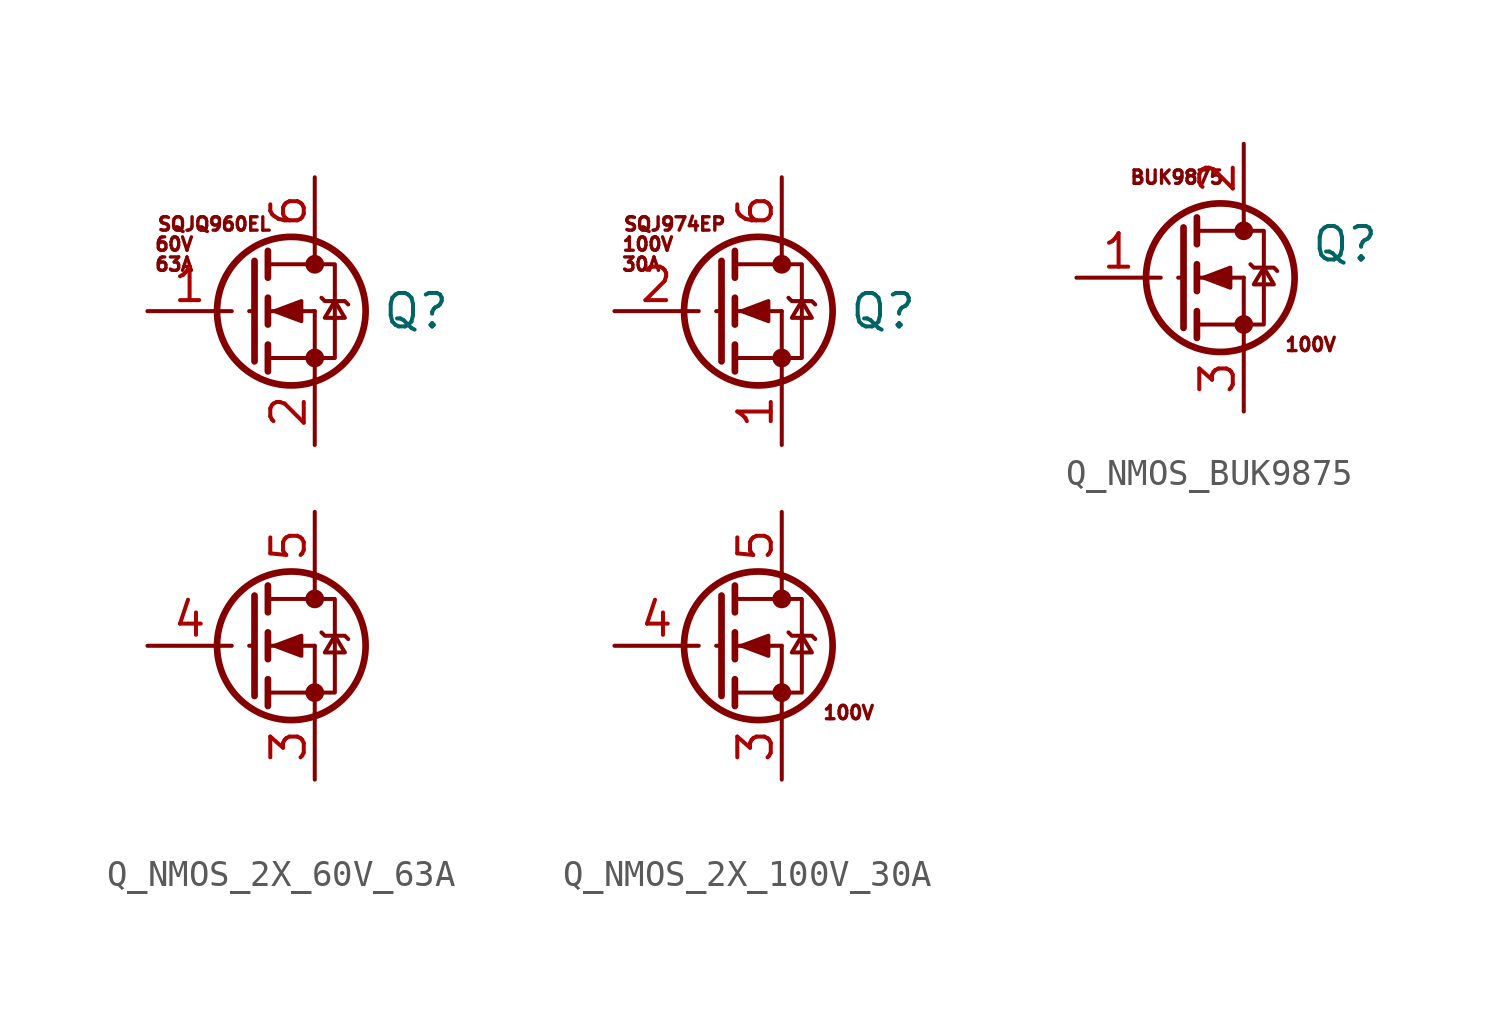
<source format=kicad_sym>
(kicad_symbol_lib
  (version 20211014)
  (generator kicad_symbol_editor)
  (symbol "Q_NMOS_2X_60V_63A"
    (pin_names
      (offset 0) hide)
    (property "Reference" "Q"
      (at 2.54 6.35 0)
      (effects (font (size 1.27 1.27)) (justify left)))
    (symbol "Q_NMOS_2X_60V_63A_0_0"
      (text "60V" (at -5.334 8.89 0) (effects (font (size 0.508 0.508))))
      (text "SQJQ960EL" (at -3.81 9.652 0) (effects (font (size 0.508 0.508)))))
    (symbol "Q_NMOS_2X_60V_63A_0_1"
      (circle (center -0.889 -6.35) (radius 2.819) (stroke (width 0.254) (type default) (color 0 0 0 0)) (fill (type none)))
      (circle (center -0.889 6.35) (radius 2.819) (stroke (width 0.254) (type default) (color 0 0 0 0)) (fill (type none)))
      (circle (center 0 -8.128) (radius 0.279) (stroke (width 0) (type default) (color 0 0 0 0)) (fill (type outline)))
      (circle (center 0 -4.572) (radius 0.279) (stroke (width 0) (type default) (color 0 0 0 0)) (fill (type outline)))
      (polyline (pts (xy -2.489 -6.35) (xy -2.286 -6.35)) (stroke (width 0) (type default) (color 0 0 0 0)) (fill (type none)))
      (polyline (pts (xy -2.489 6.35) (xy -2.286 6.35)) (stroke (width 0) (type default) (color 0 0 0 0)) (fill (type none)))
      (polyline (pts (xy -1.778 -8.128) (xy 0 -8.128)) (stroke (width 0) (type default) (color 0 0 0 0)) (fill (type none)))
      (polyline (pts (xy -1.778 -7.62) (xy -1.778 -8.636)) (stroke (width 0.254) (type default) (color 0 0 0 0)) (fill (type none)))
      (polyline (pts (xy -1.778 -6.35) (xy 0 -6.35)) (stroke (width 0) (type default) (color 0 0 0 0)) (fill (type none)))
      (polyline (pts (xy -1.778 -5.842) (xy -1.778 -6.858)) (stroke (width 0.254) (type default) (color 0 0 0 0)) (fill (type none)))
      (polyline (pts (xy -1.778 -4.572) (xy 0 -4.572)) (stroke (width 0) (type default) (color 0 0 0 0)) (fill (type none)))
      (polyline (pts (xy -1.778 -4.064) (xy -1.778 -5.08)) (stroke (width 0.254) (type default) (color 0 0 0 0)) (fill (type none)))
      (polyline (pts (xy -1.778 4.572) (xy 0 4.572)) (stroke (width 0) (type default) (color 0 0 0 0)) (fill (type none)))
      (polyline (pts (xy -1.778 5.08) (xy -1.778 4.064)) (stroke (width 0.254) (type default) (color 0 0 0 0)) (fill (type none)))
      (polyline (pts (xy -1.778 6.35) (xy 0 6.35)) (stroke (width 0) (type default) (color 0 0 0 0)) (fill (type none)))
      (polyline (pts (xy -1.778 6.858) (xy -1.778 5.842)) (stroke (width 0.254) (type default) (color 0 0 0 0)) (fill (type none)))
      (polyline (pts (xy -1.778 8.128) (xy 0 8.128)) (stroke (width 0) (type default) (color 0 0 0 0)) (fill (type none)))
      (polyline (pts (xy -1.778 8.636) (xy -1.778 7.62)) (stroke (width 0.254) (type default) (color 0 0 0 0)) (fill (type none)))
      (polyline (pts (xy 0 -8.128) (xy 0 -8.89)) (stroke (width 0) (type default) (color 0 0 0 0)) (fill (type none)))
      (polyline (pts (xy 0 -8.128) (xy 0 -6.35)) (stroke (width 0) (type default) (color 0 0 0 0)) (fill (type none)))
      (polyline (pts (xy 0 -3.81) (xy 0 -4.572)) (stroke (width 0) (type default) (color 0 0 0 0)) (fill (type none)))
      (polyline (pts (xy 0 4.572) (xy 0 3.81)) (stroke (width 0) (type default) (color 0 0 0 0)) (fill (type none)))
      (polyline (pts (xy 0 4.572) (xy 0 6.35)) (stroke (width 0) (type default) (color 0 0 0 0)) (fill (type none)))
      (polyline (pts (xy 0 8.89) (xy 0 8.128)) (stroke (width 0) (type default) (color 0 0 0 0)) (fill (type none)))
      (polyline (pts (xy -2.286 -4.445) (xy -2.286 -8.255) (xy -2.286 -8.255)) (stroke (width 0.254) (type default) (color 0 0 0 0)) (fill (type none)))
      (polyline (pts (xy -2.286 8.255) (xy -2.286 4.445) (xy -2.286 4.445)) (stroke (width 0.254) (type default) (color 0 0 0 0)) (fill (type none)))
      (polyline (pts (xy -1.524 -6.35) (xy -0.508 -5.969) (xy -0.508 -6.731) (xy -1.524 -6.35)) (stroke (width 0) (type default) (color 0 0 0 0)) (fill (type outline)))
      (polyline (pts (xy -1.524 6.35) (xy -0.508 6.731) (xy -0.508 5.969) (xy -1.524 6.35)) (stroke (width 0) (type default) (color 0 0 0 0)) (fill (type outline)))
      (polyline (pts (xy 0 -8.128) (xy 0.762 -8.128) (xy 0.762 -4.572) (xy 0 -4.572)) (stroke (width 0) (type default) (color 0 0 0 0)) (fill (type none)))
      (polyline (pts (xy 0 4.572) (xy 0.762 4.572) (xy 0.762 8.128) (xy 0 8.128)) (stroke (width 0) (type default) (color 0 0 0 0)) (fill (type none)))
      (polyline (pts (xy 0.254 -5.842) (xy 0.381 -5.969) (xy 1.143 -5.969) (xy 1.27 -6.096)) (stroke (width 0) (type default) (color 0 0 0 0)) (fill (type none)))
      (polyline (pts (xy 0.254 6.858) (xy 0.381 6.731) (xy 1.143 6.731) (xy 1.27 6.604)) (stroke (width 0) (type default) (color 0 0 0 0)) (fill (type none)))
      (polyline (pts (xy 0.762 -5.969) (xy 0.381 -6.604) (xy 1.143 -6.604) (xy 0.762 -5.969)) (stroke (width 0) (type default) (color 0 0 0 0)) (fill (type none)))
      (polyline (pts (xy 0.762 6.731) (xy 0.381 6.096) (xy 1.143 6.096) (xy 0.762 6.731)) (stroke (width 0) (type default) (color 0 0 0 0)) (fill (type none)))
      (circle (center 0 4.572) (radius 0.279) (stroke (width 0) (type default) (color 0 0 0 0)) (fill (type outline)))
      (circle (center 0 8.128) (radius 0.279) (stroke (width 0) (type default) (color 0 0 0 0)) (fill (type outline))))
    (symbol "Q_NMOS_2X_60V_63A_1_0"
      (text "63A" (at -5.334 8.128 0) (effects (font (size 0.508 0.508)))))
    (symbol "Q_NMOS_2X_60V_63A_1_1"
      (pin input line (at -6.35 6.35 0) (length 3.2) (name "G" (effects (font (size 1.27 1.27)))) (number "1" (effects (font (size 1.27 1.27)))))
      (pin passive line (at 0 1.27 90) (length 2.54) (name "S" (effects (font (size 1.27 1.27)))) (number "2" (effects (font (size 1.27 1.27)))))
      (pin passive line (at 0 -11.43 90) (length 2.54) (name "S" (effects (font (size 1.27 1.27)))) (number "3" (effects (font (size 1.27 1.27)))))
      (pin input line (at -6.35 -6.35 0) (length 3.2) (name "G" (effects (font (size 1.27 1.27)))) (number "4" (effects (font (size 1.27 1.27)))))
      (pin passive line (at 0 -1.27 270) (length 2.54) (name "D" (effects (font (size 1.27 1.27)))) (number "5" (effects (font (size 1.27 1.27)))))
      (pin passive line (at 0 11.43 270) (length 2.54) (name "D" (effects (font (size 1.27 1.27)))) (number "6" (effects (font (size 1.27 1.27)))))))
  (symbol "Q_NMOS_2X_100V_30A"
    (pin_names
      (offset 0) hide)
    (property "Reference" "Q"
      (at 2.54 6.35 0)
      (effects (font (size 1.27 1.27)) (justify left)))
    (symbol "Q_NMOS_2X_100V_30A_0_0"
      (text "100V" (at -5.08 8.89 0) (effects (font (size 0.508 0.508))))
      (text "100V" (at 2.54 -8.89 0) (effects (font (size 0.508 0.508))))
      (text "SQJ974EP" (at -4.064 9.652 0) (effects (font (size 0.508 0.508)))))
    (symbol "Q_NMOS_2X_100V_30A_0_1"
      (circle (center -0.889 -6.35) (radius 2.819) (stroke (width 0.254) (type default) (color 0 0 0 0)) (fill (type none)))
      (circle (center -0.889 6.35) (radius 2.819) (stroke (width 0.254) (type default) (color 0 0 0 0)) (fill (type none)))
      (circle (center 0 -8.128) (radius 0.279) (stroke (width 0) (type default) (color 0 0 0 0)) (fill (type outline)))
      (circle (center 0 -4.572) (radius 0.279) (stroke (width 0) (type default) (color 0 0 0 0)) (fill (type outline)))
      (polyline (pts (xy -2.489 -6.35) (xy -2.286 -6.35)) (stroke (width 0) (type default) (color 0 0 0 0)) (fill (type none)))
      (polyline (pts (xy -2.489 6.35) (xy -2.286 6.35)) (stroke (width 0) (type default) (color 0 0 0 0)) (fill (type none)))
      (polyline (pts (xy -1.778 -8.128) (xy 0 -8.128)) (stroke (width 0) (type default) (color 0 0 0 0)) (fill (type none)))
      (polyline (pts (xy -1.778 -7.62) (xy -1.778 -8.636)) (stroke (width 0.254) (type default) (color 0 0 0 0)) (fill (type none)))
      (polyline (pts (xy -1.778 -6.35) (xy 0 -6.35)) (stroke (width 0) (type default) (color 0 0 0 0)) (fill (type none)))
      (polyline (pts (xy -1.778 -5.842) (xy -1.778 -6.858)) (stroke (width 0.254) (type default) (color 0 0 0 0)) (fill (type none)))
      (polyline (pts (xy -1.778 -4.572) (xy 0 -4.572)) (stroke (width 0) (type default) (color 0 0 0 0)) (fill (type none)))
      (polyline (pts (xy -1.778 -4.064) (xy -1.778 -5.08)) (stroke (width 0.254) (type default) (color 0 0 0 0)) (fill (type none)))
      (polyline (pts (xy -1.778 4.572) (xy 0 4.572)) (stroke (width 0) (type default) (color 0 0 0 0)) (fill (type none)))
      (polyline (pts (xy -1.778 5.08) (xy -1.778 4.064)) (stroke (width 0.254) (type default) (color 0 0 0 0)) (fill (type none)))
      (polyline (pts (xy -1.778 6.35) (xy 0 6.35)) (stroke (width 0) (type default) (color 0 0 0 0)) (fill (type none)))
      (polyline (pts (xy -1.778 6.858) (xy -1.778 5.842)) (stroke (width 0.254) (type default) (color 0 0 0 0)) (fill (type none)))
      (polyline (pts (xy -1.778 8.128) (xy 0 8.128)) (stroke (width 0) (type default) (color 0 0 0 0)) (fill (type none)))
      (polyline (pts (xy -1.778 8.636) (xy -1.778 7.62)) (stroke (width 0.254) (type default) (color 0 0 0 0)) (fill (type none)))
      (polyline (pts (xy 0 -8.128) (xy 0 -8.89)) (stroke (width 0) (type default) (color 0 0 0 0)) (fill (type none)))
      (polyline (pts (xy 0 -8.128) (xy 0 -6.35)) (stroke (width 0) (type default) (color 0 0 0 0)) (fill (type none)))
      (polyline (pts (xy 0 -3.81) (xy 0 -4.572)) (stroke (width 0) (type default) (color 0 0 0 0)) (fill (type none)))
      (polyline (pts (xy 0 4.572) (xy 0 3.81)) (stroke (width 0) (type default) (color 0 0 0 0)) (fill (type none)))
      (polyline (pts (xy 0 4.572) (xy 0 6.35)) (stroke (width 0) (type default) (color 0 0 0 0)) (fill (type none)))
      (polyline (pts (xy 0 8.89) (xy 0 8.128)) (stroke (width 0) (type default) (color 0 0 0 0)) (fill (type none)))
      (polyline (pts (xy -2.286 -4.445) (xy -2.286 -8.255) (xy -2.286 -8.255)) (stroke (width 0.254) (type default) (color 0 0 0 0)) (fill (type none)))
      (polyline (pts (xy -2.286 8.255) (xy -2.286 4.445) (xy -2.286 4.445)) (stroke (width 0.254) (type default) (color 0 0 0 0)) (fill (type none)))
      (polyline (pts (xy -1.524 -6.35) (xy -0.508 -5.969) (xy -0.508 -6.731) (xy -1.524 -6.35)) (stroke (width 0) (type default) (color 0 0 0 0)) (fill (type outline)))
      (polyline (pts (xy -1.524 6.35) (xy -0.508 6.731) (xy -0.508 5.969) (xy -1.524 6.35)) (stroke (width 0) (type default) (color 0 0 0 0)) (fill (type outline)))
      (polyline (pts (xy 0 -8.128) (xy 0.762 -8.128) (xy 0.762 -4.572) (xy 0 -4.572)) (stroke (width 0) (type default) (color 0 0 0 0)) (fill (type none)))
      (polyline (pts (xy 0 4.572) (xy 0.762 4.572) (xy 0.762 8.128) (xy 0 8.128)) (stroke (width 0) (type default) (color 0 0 0 0)) (fill (type none)))
      (polyline (pts (xy 0.254 -5.842) (xy 0.381 -5.969) (xy 1.143 -5.969) (xy 1.27 -6.096)) (stroke (width 0) (type default) (color 0 0 0 0)) (fill (type none)))
      (polyline (pts (xy 0.254 6.858) (xy 0.381 6.731) (xy 1.143 6.731) (xy 1.27 6.604)) (stroke (width 0) (type default) (color 0 0 0 0)) (fill (type none)))
      (polyline (pts (xy 0.762 -5.969) (xy 0.381 -6.604) (xy 1.143 -6.604) (xy 0.762 -5.969)) (stroke (width 0) (type default) (color 0 0 0 0)) (fill (type none)))
      (polyline (pts (xy 0.762 6.731) (xy 0.381 6.096) (xy 1.143 6.096) (xy 0.762 6.731)) (stroke (width 0) (type default) (color 0 0 0 0)) (fill (type none)))
      (circle (center 0 4.572) (radius 0.279) (stroke (width 0) (type default) (color 0 0 0 0)) (fill (type outline)))
      (circle (center 0 8.128) (radius 0.279) (stroke (width 0) (type default) (color 0 0 0 0)) (fill (type outline))))
    (symbol "Q_NMOS_2X_100V_30A_1_0"
      (text "30A" (at -5.334 8.128 0) (effects (font (size 0.508 0.508)))))
    (symbol "Q_NMOS_2X_100V_30A_1_1"
      (pin passive line (at 0 1.27 90) (length 2.54) (name "S" (effects (font (size 1.27 1.27)))) (number "1" (effects (font (size 1.27 1.27)))))
      (pin input line (at -6.35 6.35 0) (length 3.2) (name "G" (effects (font (size 1.27 1.27)))) (number "2" (effects (font (size 1.27 1.27)))))
      (pin passive line (at 0 -11.43 90) (length 2.54) (name "S" (effects (font (size 1.27 1.27)))) (number "3" (effects (font (size 1.27 1.27)))))
      (pin input line (at -6.35 -6.35 0) (length 3.2) (name "G" (effects (font (size 1.27 1.27)))) (number "4" (effects (font (size 1.27 1.27)))))
      (pin passive line (at 0 -1.27 270) (length 2.54) (name "D" (effects (font (size 1.27 1.27)))) (number "5" (effects (font (size 1.27 1.27)))))
      (pin passive line (at 0 11.43 270) (length 2.54) (name "D" (effects (font (size 1.27 1.27)))) (number "6" (effects (font (size 1.27 1.27)))))))
  (symbol "Q_NMOS_BUK9875"
    (pin_names
      (offset 0) hide)
    (property "Reference" "Q"
      (at 5.08 1.27 0)
      (effects (font (size 1.27 1.27)) (justify left)))
    (symbol "Q_NMOS_BUK9875_0_0"
      (text "100V" (at 5.08 -2.54 0) (effects (font (size 0.508 0.508))))
      (text "BUK9875" (at 0 3.81 0) (effects (font (size 0.508 0.508)))))
    (symbol "Q_NMOS_BUK9875_0_1"
      (polyline (pts (xy 0.051 0) (xy 0.254 0)) (stroke (width 0) (type default) (color 0 0 0 0)) (fill (type none)))
      (polyline (pts (xy 0.762 -1.778) (xy 2.54 -1.778)) (stroke (width 0) (type default) (color 0 0 0 0)) (fill (type none)))
      (polyline (pts (xy 0.762 -1.27) (xy 0.762 -2.286)) (stroke (width 0.254) (type default) (color 0 0 0 0)) (fill (type none)))
      (polyline (pts (xy 0.762 0) (xy 2.54 0)) (stroke (width 0) (type default) (color 0 0 0 0)) (fill (type none)))
      (polyline (pts (xy 0.762 0.508) (xy 0.762 -0.508)) (stroke (width 0.254) (type default) (color 0 0 0 0)) (fill (type none)))
      (polyline (pts (xy 0.762 1.778) (xy 2.54 1.778)) (stroke (width 0) (type default) (color 0 0 0 0)) (fill (type none)))
      (polyline (pts (xy 0.762 2.286) (xy 0.762 1.27)) (stroke (width 0.254) (type default) (color 0 0 0 0)) (fill (type none)))
      (polyline (pts (xy 2.54 -1.778) (xy 2.54 -2.54)) (stroke (width 0) (type default) (color 0 0 0 0)) (fill (type none)))
      (polyline (pts (xy 2.54 -1.778) (xy 2.54 0)) (stroke (width 0) (type default) (color 0 0 0 0)) (fill (type none)))
      (polyline (pts (xy 2.54 2.54) (xy 2.54 1.778)) (stroke (width 0) (type default) (color 0 0 0 0)) (fill (type none)))
      (polyline (pts (xy 0.254 1.905) (xy 0.254 -1.905) (xy 0.254 -1.905)) (stroke (width 0.254) (type default) (color 0 0 0 0)) (fill (type none)))
      (polyline (pts (xy 1.016 0) (xy 2.032 0.381) (xy 2.032 -0.381) (xy 1.016 0)) (stroke (width 0) (type default) (color 0 0 0 0)) (fill (type outline)))
      (polyline (pts (xy 2.54 -1.778) (xy 3.302 -1.778) (xy 3.302 1.778) (xy 2.54 1.778)) (stroke (width 0) (type default) (color 0 0 0 0)) (fill (type none)))
      (polyline (pts (xy 2.794 0.508) (xy 2.921 0.381) (xy 3.683 0.381) (xy 3.81 0.254)) (stroke (width 0) (type default) (color 0 0 0 0)) (fill (type none)))
      (polyline (pts (xy 3.302 0.381) (xy 2.921 -0.254) (xy 3.683 -0.254) (xy 3.302 0.381)) (stroke (width 0) (type default) (color 0 0 0 0)) (fill (type none)))
      (circle (center 1.651 0) (radius 2.819) (stroke (width 0.254) (type default) (color 0 0 0 0)) (fill (type none)))
      (circle (center 2.54 -1.778) (radius 0.279) (stroke (width 0) (type default) (color 0 0 0 0)) (fill (type outline)))
      (circle (center 2.54 1.778) (radius 0.279) (stroke (width 0) (type default) (color 0 0 0 0)) (fill (type outline))))
    (symbol "Q_NMOS_BUK9875_1_1"
      (pin input line (at -3.81 0 0) (length 3.2) (name "G" (effects (font (size 1.27 1.27)))) (number "1" (effects (font (size 1.27 1.27)))))
      (pin passive line (at 2.54 5.08 270) (length 2.54) (name "D" (effects (font (size 1.27 1.27)))) (number "2" (effects (font (size 1.27 1.27)))))
      (pin passive line (at 2.54 -5.08 90) (length 2.54) (name "S" (effects (font (size 1.27 1.27)))) (number "3" (effects (font (size 1.27 1.27)))))
      (pin passive line (at 2.54 5.08 270) (length 2.54) hide (name "D" (effects (font (size 1.27 1.27)))) (number "4" (effects (font (size 1.27 1.27))))))))
</source>
